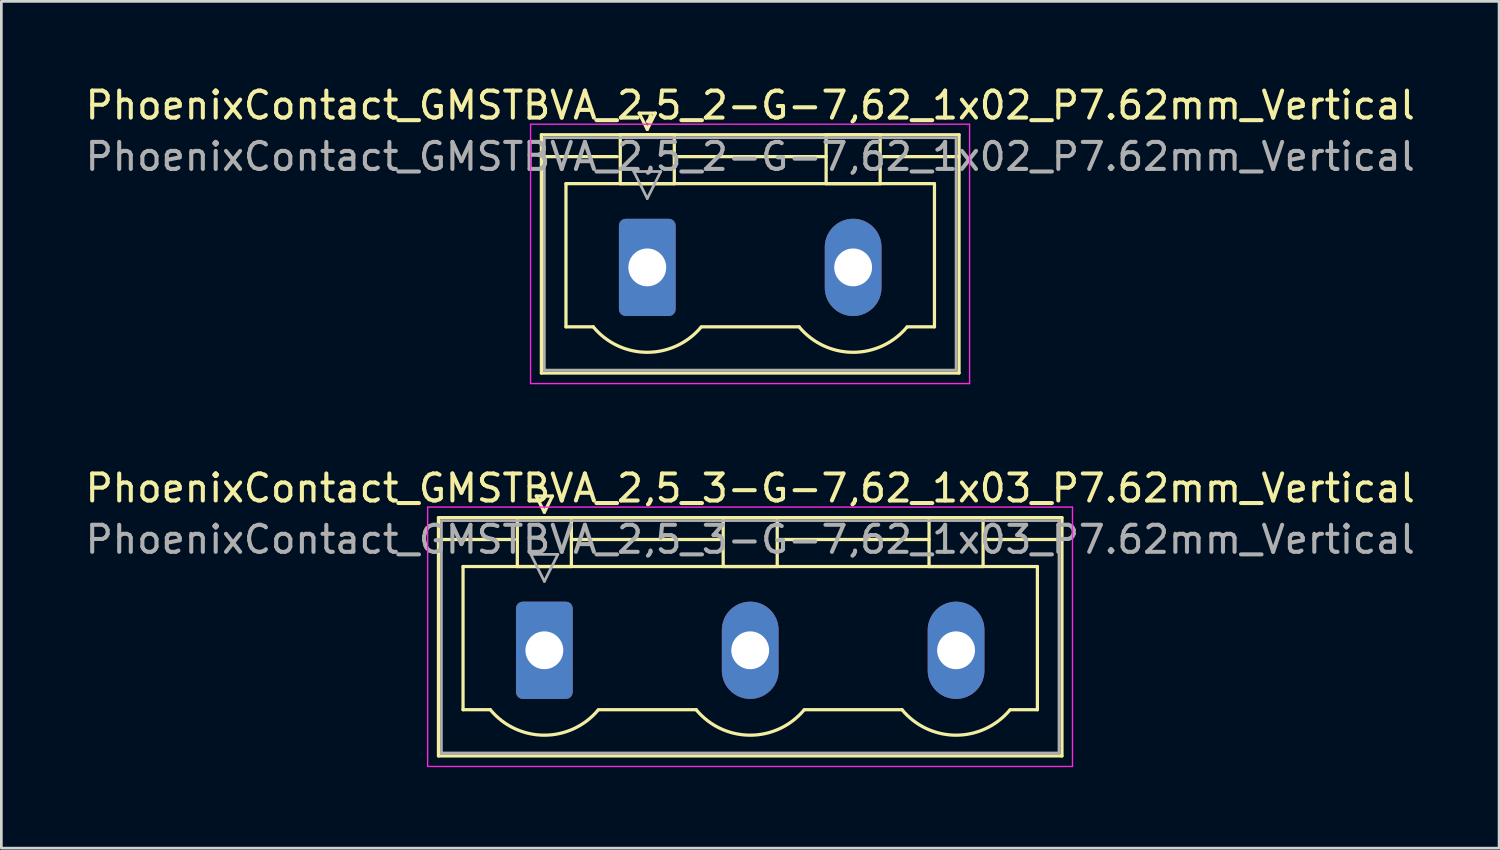
<source format=kicad_pcb>
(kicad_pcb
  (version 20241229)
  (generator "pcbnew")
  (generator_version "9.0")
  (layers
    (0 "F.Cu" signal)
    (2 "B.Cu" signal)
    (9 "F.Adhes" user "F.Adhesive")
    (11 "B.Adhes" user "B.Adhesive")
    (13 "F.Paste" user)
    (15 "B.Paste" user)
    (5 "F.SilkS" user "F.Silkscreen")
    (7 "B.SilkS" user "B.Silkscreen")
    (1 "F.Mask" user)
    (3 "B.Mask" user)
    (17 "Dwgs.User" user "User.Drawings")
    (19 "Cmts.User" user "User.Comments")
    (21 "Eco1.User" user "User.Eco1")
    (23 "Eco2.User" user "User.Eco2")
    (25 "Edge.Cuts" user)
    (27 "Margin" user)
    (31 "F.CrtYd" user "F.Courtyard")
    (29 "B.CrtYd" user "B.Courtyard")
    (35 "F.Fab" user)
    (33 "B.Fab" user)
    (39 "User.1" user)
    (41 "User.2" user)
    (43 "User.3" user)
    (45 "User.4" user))
  (footprint "PhoenixContact_GMSTBVA_2,5_2-G-7,62_1x02_P7.62mm_Vertical"
    (layer "F.Cu")
    (at 20.91 6.848)
    (property "Reference" "PhoenixContact_GMSTBVA_2,5_2-G-7,62_1x02_P7.62mm_Vertical" (at 3.81 -6 0) (layer "F.SilkS") (effects (font (size 1 1) (thickness 0.15))))
    (attr through_hole)
    (fp_line (start -3.92 -4.91) (end -3.92 3.91) (stroke (width 0.12) (type solid)) (layer "F.SilkS"))
    (fp_line (start -3.92 -4.1) (end -1.11 -4.1) (stroke (width 0.12) (type solid)) (layer "F.SilkS"))
    (fp_line (start -3.92 3.91) (end 11.54 3.91) (stroke (width 0.12) (type solid)) (layer "F.SilkS"))
    (fp_line (start -3.01 -3.1) (end 10.63 -3.1) (stroke (width 0.12) (type solid)) (layer "F.SilkS"))
    (fp_line (start -3.01 2.2) (end -3.01 -3.1) (stroke (width 0.12) (type solid)) (layer "F.SilkS"))
    (fp_line (start -2 2.2) (end -3.01 2.2) (stroke (width 0.12) (type solid)) (layer "F.SilkS"))
    (fp_line (start -1 -4.91) (end 1 -4.91) (stroke (width 0.12) (type solid)) (layer "F.SilkS"))
    (fp_line (start -1 -3.1) (end -1 -4.91) (stroke (width 0.12) (type solid)) (layer "F.SilkS"))
    (fp_line (start -0.3 -5.71) (end 0.3 -5.71) (stroke (width 0.12) (type solid)) (layer "F.SilkS"))
    (fp_line (start 0 -5.11) (end -0.3 -5.71) (stroke (width 0.12) (type solid)) (layer "F.SilkS"))
    (fp_line (start 0.3 -5.71) (end 0 -5.11) (stroke (width 0.12) (type solid)) (layer "F.SilkS"))
    (fp_line (start 1 -4.91) (end 1 -3.1) (stroke (width 0.12) (type solid)) (layer "F.SilkS"))
    (fp_line (start 1 -4.1) (end 6.62 -4.1) (stroke (width 0.12) (type solid)) (layer "F.SilkS"))
    (fp_line (start 1 -3.1) (end -1 -3.1) (stroke (width 0.12) (type solid)) (layer "F.SilkS"))
    (fp_line (start 2 2.2) (end 5.62 2.2) (stroke (width 0.12) (type solid)) (layer "F.SilkS"))
    (fp_line (start 6.62 -4.91) (end 8.62 -4.91) (stroke (width 0.12) (type solid)) (layer "F.SilkS"))
    (fp_line (start 6.62 -3.1) (end 6.62 -4.91) (stroke (width 0.12) (type solid)) (layer "F.SilkS"))
    (fp_line (start 8.62 -4.91) (end 8.62 -3.1) (stroke (width 0.12) (type solid)) (layer "F.SilkS"))
    (fp_line (start 8.62 -3.1) (end 6.62 -3.1) (stroke (width 0.12) (type solid)) (layer "F.SilkS"))
    (fp_line (start 10.63 -3.1) (end 10.63 2.2) (stroke (width 0.12) (type solid)) (layer "F.SilkS"))
    (fp_line (start 10.63 2.2) (end 9.62 2.2) (stroke (width 0.12) (type solid)) (layer "F.SilkS"))
    (fp_line (start 11.54 -4.91) (end -3.92 -4.91) (stroke (width 0.12) (type solid)) (layer "F.SilkS"))
    (fp_line (start 11.54 -4.1) (end 8.73 -4.1) (stroke (width 0.12) (type solid)) (layer "F.SilkS"))
    (fp_line (start 11.54 3.91) (end 11.54 -4.91) (stroke (width 0.12) (type solid)) (layer "F.SilkS"))
    (fp_arc (start 1.986842 2.215821) (mid -0.010289 3.142758) (end -2 2.2) (stroke (width 0.12) (type solid)) (layer "F.SilkS"))
    (fp_arc (start 9.606842 2.215821) (mid 7.609711 3.142758) (end 5.62 2.2) (stroke (width 0.12) (type solid)) (layer "F.SilkS"))
    (fp_line (start -4.32 -5.3) (end -4.32 4.3) (stroke (width 0.05) (type solid)) (layer "F.CrtYd"))
    (fp_line (start -4.32 4.3) (end 11.93 4.3) (stroke (width 0.05) (type solid)) (layer "F.CrtYd"))
    (fp_line (start 11.93 -5.3) (end -4.32 -5.3) (stroke (width 0.05) (type solid)) (layer "F.CrtYd"))
    (fp_line (start 11.93 4.3) (end 11.93 -5.3) (stroke (width 0.05) (type solid)) (layer "F.CrtYd"))
    (fp_line (start -3.81 -4.8) (end -3.81 3.8) (stroke (width 0.1) (type solid)) (layer "F.Fab"))
    (fp_line (start -3.81 3.8) (end 11.43 3.8) (stroke (width 0.1) (type solid)) (layer "F.Fab"))
    (fp_line (start -0.5 -3.55) (end 0.5 -3.55) (stroke (width 0.1) (type solid)) (layer "F.Fab"))
    (fp_line (start 0 -2.55) (end -0.5 -3.55) (stroke (width 0.1) (type solid)) (layer "F.Fab"))
    (fp_line (start 0.5 -3.55) (end 0 -2.55) (stroke (width 0.1) (type solid)) (layer "F.Fab"))
    (fp_line (start 11.43 -4.8) (end -3.81 -4.8) (stroke (width 0.1) (type solid)) (layer "F.Fab"))
    (fp_line (start 11.43 3.8) (end 11.43 -4.8) (stroke (width 0.1) (type solid)) (layer "F.Fab"))
    (fp_text user "${REFERENCE}" (at 3.81 -4.1 0) (layer "F.Fab") (effects (font (size 1 1) (thickness 0.15))))
    (pad "1" thru_hole roundrect (at 0 0) (size 2.1 3.6) (drill 1.4) (layers "*.Cu" "*.Mask") (roundrect_rratio 0.119))
    (pad "2" thru_hole oval (at 7.62 0) (size 2.1 3.6) (drill 1.4) (layers "*.Cu" "*.Mask")))
  (footprint "PhoenixContact_GMSTBVA_2,5_3-G-7,62_1x03_P7.62mm_Vertical"
    (layer "F.Cu")
    (at 17.1 21.021)
    (property "Reference" "PhoenixContact_GMSTBVA_2,5_3-G-7,62_1x03_P7.62mm_Vertical" (at 7.62 -6 0) (layer "F.SilkS") (effects (font (size 1 1) (thickness 0.15))))
    (attr through_hole)
    (fp_line (start -3.92 -4.91) (end -3.92 3.91) (stroke (width 0.12) (type solid)) (layer "F.SilkS"))
    (fp_line (start -3.92 -4.1) (end -1.11 -4.1) (stroke (width 0.12) (type solid)) (layer "F.SilkS"))
    (fp_line (start -3.92 3.91) (end 19.16 3.91) (stroke (width 0.12) (type solid)) (layer "F.SilkS"))
    (fp_line (start -3.01 -3.1) (end 18.25 -3.1) (stroke (width 0.12) (type solid)) (layer "F.SilkS"))
    (fp_line (start -3.01 2.2) (end -3.01 -3.1) (stroke (width 0.12) (type solid)) (layer "F.SilkS"))
    (fp_line (start -2 2.2) (end -3.01 2.2) (stroke (width 0.12) (type solid)) (layer "F.SilkS"))
    (fp_line (start -1 -4.91) (end 1 -4.91) (stroke (width 0.12) (type solid)) (layer "F.SilkS"))
    (fp_line (start -1 -3.1) (end -1 -4.91) (stroke (width 0.12) (type solid)) (layer "F.SilkS"))
    (fp_line (start -0.3 -5.71) (end 0.3 -5.71) (stroke (width 0.12) (type solid)) (layer "F.SilkS"))
    (fp_line (start 0 -5.11) (end -0.3 -5.71) (stroke (width 0.12) (type solid)) (layer "F.SilkS"))
    (fp_line (start 0.3 -5.71) (end 0 -5.11) (stroke (width 0.12) (type solid)) (layer "F.SilkS"))
    (fp_line (start 1 -4.91) (end 1 -3.1) (stroke (width 0.12) (type solid)) (layer "F.SilkS"))
    (fp_line (start 1 -4.1) (end 6.62 -4.1) (stroke (width 0.12) (type solid)) (layer "F.SilkS"))
    (fp_line (start 1 -3.1) (end -1 -3.1) (stroke (width 0.12) (type solid)) (layer "F.SilkS"))
    (fp_line (start 2 2.2) (end 5.62 2.2) (stroke (width 0.12) (type solid)) (layer "F.SilkS"))
    (fp_line (start 6.62 -4.91) (end 8.62 -4.91) (stroke (width 0.12) (type solid)) (layer "F.SilkS"))
    (fp_line (start 6.62 -3.1) (end 6.62 -4.91) (stroke (width 0.12) (type solid)) (layer "F.SilkS"))
    (fp_line (start 8.62 -4.91) (end 8.62 -3.1) (stroke (width 0.12) (type solid)) (layer "F.SilkS"))
    (fp_line (start 8.62 -4.1) (end 14.24 -4.1) (stroke (width 0.12) (type solid)) (layer "F.SilkS"))
    (fp_line (start 8.62 -3.1) (end 6.62 -3.1) (stroke (width 0.12) (type solid)) (layer "F.SilkS"))
    (fp_line (start 9.62 2.2) (end 13.24 2.2) (stroke (width 0.12) (type solid)) (layer "F.SilkS"))
    (fp_line (start 14.24 -4.91) (end 16.24 -4.91) (stroke (width 0.12) (type solid)) (layer "F.SilkS"))
    (fp_line (start 14.24 -3.1) (end 14.24 -4.91) (stroke (width 0.12) (type solid)) (layer "F.SilkS"))
    (fp_line (start 16.24 -4.91) (end 16.24 -3.1) (stroke (width 0.12) (type solid)) (layer "F.SilkS"))
    (fp_line (start 16.24 -3.1) (end 14.24 -3.1) (stroke (width 0.12) (type solid)) (layer "F.SilkS"))
    (fp_line (start 18.25 -3.1) (end 18.25 2.2) (stroke (width 0.12) (type solid)) (layer "F.SilkS"))
    (fp_line (start 18.25 2.2) (end 17.24 2.2) (stroke (width 0.12) (type solid)) (layer "F.SilkS"))
    (fp_line (start 19.16 -4.91) (end -3.92 -4.91) (stroke (width 0.12) (type solid)) (layer "F.SilkS"))
    (fp_line (start 19.16 -4.1) (end 16.35 -4.1) (stroke (width 0.12) (type solid)) (layer "F.SilkS"))
    (fp_line (start 19.16 3.91) (end 19.16 -4.91) (stroke (width 0.12) (type solid)) (layer "F.SilkS"))
    (fp_arc (start 1.986842 2.215821) (mid -0.010289 3.142758) (end -2 2.2) (stroke (width 0.12) (type solid)) (layer "F.SilkS"))
    (fp_arc (start 9.606842 2.215821) (mid 7.609711 3.142758) (end 5.62 2.2) (stroke (width 0.12) (type solid)) (layer "F.SilkS"))
    (fp_arc (start 17.226842 2.215821) (mid 15.229711 3.142758) (end 13.24 2.2) (stroke (width 0.12) (type solid)) (layer "F.SilkS"))
    (fp_line (start -4.32 -5.3) (end -4.32 4.3) (stroke (width 0.05) (type solid)) (layer "F.CrtYd"))
    (fp_line (start -4.32 4.3) (end 19.55 4.3) (stroke (width 0.05) (type solid)) (layer "F.CrtYd"))
    (fp_line (start 19.55 -5.3) (end -4.32 -5.3) (stroke (width 0.05) (type solid)) (layer "F.CrtYd"))
    (fp_line (start 19.55 4.3) (end 19.55 -5.3) (stroke (width 0.05) (type solid)) (layer "F.CrtYd"))
    (fp_line (start -3.81 -4.8) (end -3.81 3.8) (stroke (width 0.1) (type solid)) (layer "F.Fab"))
    (fp_line (start -3.81 3.8) (end 19.05 3.8) (stroke (width 0.1) (type solid)) (layer "F.Fab"))
    (fp_line (start -0.5 -3.55) (end 0.5 -3.55) (stroke (width 0.1) (type solid)) (layer "F.Fab"))
    (fp_line (start 0 -2.55) (end -0.5 -3.55) (stroke (width 0.1) (type solid)) (layer "F.Fab"))
    (fp_line (start 0.5 -3.55) (end 0 -2.55) (stroke (width 0.1) (type solid)) (layer "F.Fab"))
    (fp_line (start 19.05 -4.8) (end -3.81 -4.8) (stroke (width 0.1) (type solid)) (layer "F.Fab"))
    (fp_line (start 19.05 3.8) (end 19.05 -4.8) (stroke (width 0.1) (type solid)) (layer "F.Fab"))
    (fp_text user "${REFERENCE}" (at 7.62 -4.1 0) (layer "F.Fab") (effects (font (size 1 1) (thickness 0.15))))
    (pad "1" thru_hole roundrect (at 0 0) (size 2.1 3.6) (drill 1.4) (layers "*.Cu" "*.Mask") (roundrect_rratio 0.119))
    (pad "2" thru_hole oval (at 7.62 0) (size 2.1 3.6) (drill 1.4) (layers "*.Cu" "*.Mask"))
    (pad "3" thru_hole oval (at 15.24 0) (size 2.1 3.6) (drill 1.4) (layers "*.Cu" "*.Mask")))
  (gr_rect
    (start -3 -3)
    (end 52.44 28.346)
    (stroke (width 0.1) (type default))
    (fill no)
    (layer "Edge.Cuts")))
</source>
